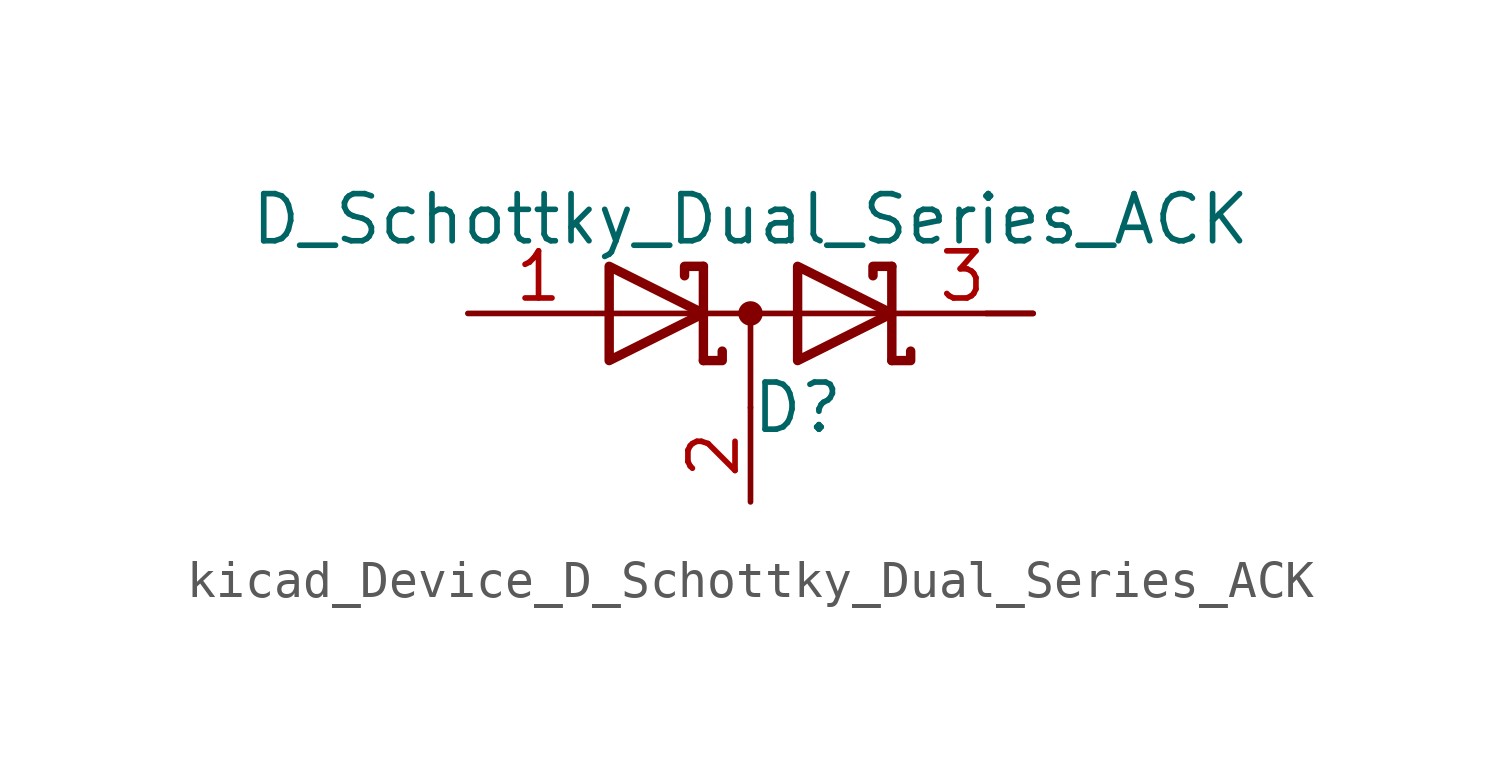
<source format=kicad_sym>
(kicad_symbol_lib
  (version 20220914)
  (generator kicad_symbol_editor)
  (symbol "kicad_Device_D_Schottky_Dual_Series_ACK"
    (pin_names
      (offset 0.762) hide)
    (property "Reference" "D"
      (at 1.27 -2.54 0)
      (effects (font (size 1.27 1.27))))
    (property "Value" "D_Schottky_Dual_Series_ACK"
      (at 0 2.54 0)
      (effects (font (size 1.27 1.27))))
    (symbol "kicad_Device_D_Schottky_Dual_Series_ACK_0_1"
      (polyline (pts (xy 0 0) (xy 0 -2.54)) (stroke (width 0) (type default)) (fill (type none)))
      (polyline (pts (xy 3.81 0) (xy -3.81 0)) (stroke (width 0) (type default)) (fill (type none)))
      (polyline (pts (xy 6.35 0) (xy 7.62 0)) (stroke (width 0) (type default)) (fill (type none)))
      (polyline (pts (xy -1.27 -1.27) (xy -1.27 1.27) (xy -1.27 1.27)) (stroke (width 0.254) (type default)) (fill (type none)))
      (polyline (pts (xy 3.81 1.27) (xy 3.81 -1.27) (xy 3.81 -1.27)) (stroke (width 0.254) (type default)) (fill (type none)))
      (polyline (pts (xy -1.27 -1.27) (xy -0.762 -1.27) (xy -0.762 -1.016) (xy -0.762 -1.016)) (stroke (width 0.254) (type default)) (fill (type none)))
      (polyline (pts (xy 3.81 -1.27) (xy 4.318 -1.27) (xy 4.318 -1.016) (xy 4.318 -1.016)) (stroke (width 0.254) (type default)) (fill (type none)))
      (polyline (pts (xy 3.81 1.27) (xy 3.302 1.27) (xy 3.302 1.016) (xy 3.302 1.016)) (stroke (width 0.254) (type default)) (fill (type none)))
      (polyline (pts (xy -1.778 1.016) (xy -1.778 1.27) (xy -1.27 1.27) (xy -1.27 1.27) (xy -1.27 1.27)) (stroke (width 0.254) (type default)) (fill (type none)))
      (polyline (pts (xy -3.81 1.27) (xy -1.27 0) (xy -3.81 -1.27) (xy -3.81 1.27) (xy -3.81 1.27) (xy -3.81 1.27)) (stroke (width 0.254) (type default)) (fill (type none)))
      (polyline (pts (xy 1.27 1.27) (xy 3.81 0) (xy 1.27 -1.27) (xy 1.27 1.27) (xy 1.27 1.27) (xy 1.27 1.27)) (stroke (width 0.254) (type default)) (fill (type none)))
      (circle (center 0 0) (radius 0.254) (stroke (width 0) (type default)) (fill (type outline)))
      (pin passive line (at -7.62 0 0) (length 3.81) (name "A" (effects (font (size 1.27 1.27)))) (number "1" (effects (font (size 1.27 1.27)))))
      (pin passive line (at 0 -5.08 90) (length 2.54) (name "common" (effects (font (size 1.27 1.27)))) (number "2" (effects (font (size 1.27 1.27)))))
      (pin passive line (at 7.62 0 180) (length 3.81) (name "K" (effects (font (size 1.27 1.27)))) (number "3" (effects (font (size 1.27 1.27))))))))
</source>
